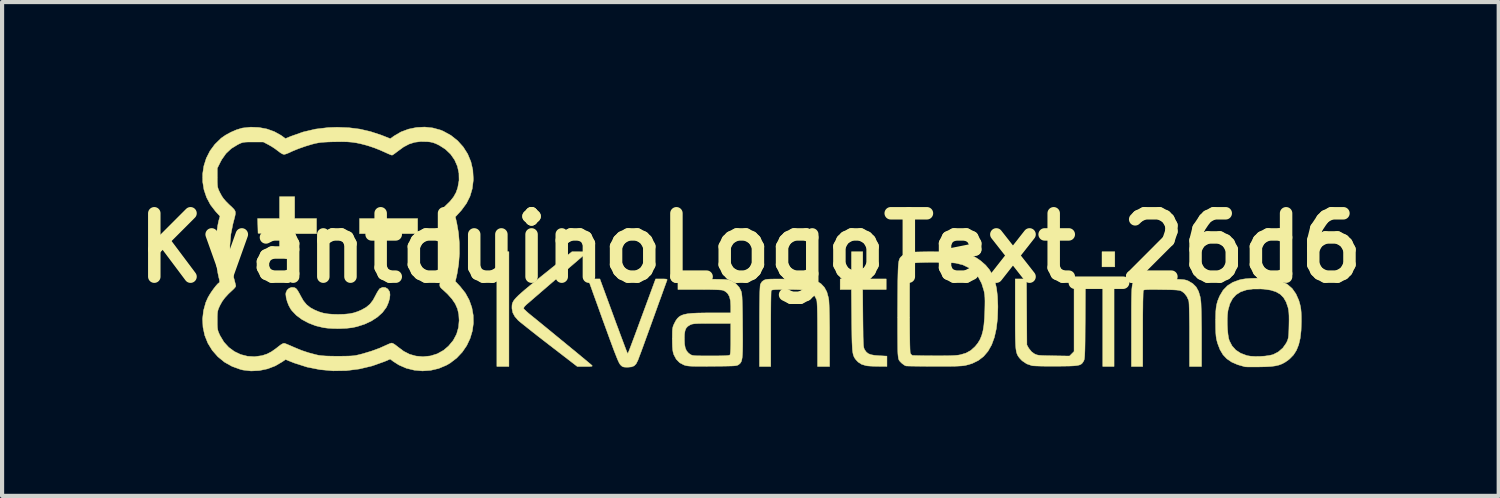
<source format=kicad_pcb>
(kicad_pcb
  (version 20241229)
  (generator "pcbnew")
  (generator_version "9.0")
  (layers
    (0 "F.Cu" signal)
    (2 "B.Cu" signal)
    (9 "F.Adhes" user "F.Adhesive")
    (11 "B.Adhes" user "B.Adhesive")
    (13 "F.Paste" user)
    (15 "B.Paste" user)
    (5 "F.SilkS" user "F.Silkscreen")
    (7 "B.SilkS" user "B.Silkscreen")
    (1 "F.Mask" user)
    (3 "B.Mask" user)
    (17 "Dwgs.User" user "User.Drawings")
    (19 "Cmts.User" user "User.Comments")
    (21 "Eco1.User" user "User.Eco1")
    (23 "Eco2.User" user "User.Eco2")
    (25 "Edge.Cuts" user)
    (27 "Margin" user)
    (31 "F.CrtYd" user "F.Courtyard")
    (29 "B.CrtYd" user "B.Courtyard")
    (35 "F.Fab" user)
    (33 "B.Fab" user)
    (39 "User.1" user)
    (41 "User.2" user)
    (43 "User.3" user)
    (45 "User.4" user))
  (footprint "KvantduinoLogoText_26d6"
    (layer "F.Cu")
    (at 14.993 2.913)
    (property "Reference" "KvantduinoLogoText_26d6" (at 0 0 0) (layer "F.SilkS") (effects (font (size 1.524 1.524) (thickness 0.3))))
    (attr through_hole)
    (fp_poly (pts (xy -8.001 -0.345) (xy -9.398 -0.345) (xy -9.398 -0.708) (xy -8.001 -0.708) (xy -8.001 -0.345)) (stroke (width 0.01) (type solid)) (fill yes) (layer "F.SilkS"))
    (fp_poly (pts (xy -5.806 2.848) (xy -6.096 2.848) (xy -6.096 0.091) (xy -5.806 0.091) (xy -5.806 2.848)) (stroke (width 0.01) (type solid)) (fill yes) (layer "F.SilkS"))
    (fp_poly (pts (xy 8.745 2.848) (xy 8.473 2.848) (xy 8.473 0.744) (xy 8.745 0.744) (xy 8.745 2.848)) (stroke (width 0.01) (type solid)) (fill yes) (layer "F.SilkS"))
    (fp_poly (pts (xy 8.763 0.454) (xy 8.455 0.454) (xy 8.455 0.091) (xy 8.763 0.091) (xy 8.763 0.454)) (stroke (width 0.01) (type solid)) (fill yes) (layer "F.SilkS"))
    (fp_poly (pts (xy -10.958 -0.708) (xy -10.432 -0.708) (xy -10.432 -0.345) (xy -10.958 -0.345) (xy -10.958 0.181) (xy -11.128 0.181) (xy -11.203 0.18) (xy -11.264 0.177) (xy -11.301 0.172) (xy -11.309 0.169) (xy -11.313 0.148) (xy -11.317 0.097) (xy -11.32 0.023) (xy -11.321 -0.065) (xy -11.321 -0.093) (xy -11.321 -0.344) (xy -11.58 -0.349) (xy -11.838 -0.354) (xy -11.843 -0.531) (xy -11.849 -0.708) (xy -11.321 -0.708) (xy -11.321 -1.234) (xy -10.958 -1.234) (xy -10.958 -0.708)) (stroke (width 0.01) (type solid)) (fill yes) (layer "F.SilkS"))
    (fp_poly (pts (xy 2.703 0.744) (xy 3.266 0.744) (xy 3.266 0.998) (xy 2.7 0.998) (xy 2.706 1.692) (xy 2.708 1.869) (xy 2.71 2.014) (xy 2.711 2.131) (xy 2.714 2.221) (xy 2.717 2.291) (xy 2.72 2.343) (xy 2.725 2.38) (xy 2.731 2.408) (xy 2.739 2.428) (xy 2.748 2.446) (xy 2.749 2.449) (xy 2.788 2.502) (xy 2.835 2.54) (xy 2.898 2.565) (xy 2.984 2.581) (xy 3.094 2.59) (xy 3.284 2.6) (xy 3.284 2.848) (xy 3.071 2.846) (xy 2.978 2.844) (xy 2.891 2.84) (xy 2.82 2.835) (xy 2.782 2.829) (xy 2.675 2.797) (xy 2.59 2.742) (xy 2.543 2.692) (xy 2.52 2.663) (xy 2.501 2.633) (xy 2.485 2.6) (xy 2.472 2.56) (xy 2.462 2.509) (xy 2.454 2.444) (xy 2.449 2.361) (xy 2.444 2.257) (xy 2.441 2.128) (xy 2.439 1.971) (xy 2.436 1.781) (xy 2.436 1.737) (xy 2.429 0.998) (xy 2.159 0.998) (xy 2.159 0.744) (xy 2.431 0.744) (xy 2.431 0.091) (xy 2.703 0.091) (xy 2.703 0.744)) (stroke (width 0.01) (type solid)) (fill yes) (layer "F.SilkS"))
    (fp_poly (pts (xy -8.774 0.951) (xy -8.718 0.986) (xy -8.677 1.048) (xy -8.672 1.061) (xy -8.665 1.128) (xy -8.675 1.215) (xy -8.702 1.31) (xy -8.742 1.404) (xy -8.757 1.432) (xy -8.847 1.552) (xy -8.968 1.661) (xy -9.114 1.756) (xy -9.28 1.833) (xy -9.462 1.891) (xy -9.579 1.916) (xy -9.713 1.931) (xy -9.866 1.938) (xy -10.024 1.937) (xy -10.173 1.927) (xy -10.269 1.914) (xy -10.452 1.87) (xy -10.624 1.804) (xy -10.781 1.72) (xy -10.916 1.62) (xy -11.023 1.508) (xy -11.054 1.466) (xy -11.1 1.382) (xy -11.137 1.288) (xy -11.162 1.194) (xy -11.171 1.112) (xy -11.168 1.077) (xy -11.14 1.013) (xy -11.091 0.968) (xy -11.029 0.946) (xy -10.964 0.952) (xy -10.929 0.97) (xy -10.904 0.997) (xy -10.87 1.049) (xy -10.833 1.115) (xy -10.816 1.149) (xy -10.747 1.27) (xy -10.671 1.362) (xy -10.58 1.435) (xy -10.48 1.489) (xy -10.373 1.534) (xy -10.271 1.565) (xy -10.164 1.584) (xy -10.039 1.594) (xy -9.915 1.597) (xy -9.769 1.593) (xy -9.648 1.582) (xy -9.542 1.561) (xy -9.44 1.528) (xy -9.35 1.489) (xy -9.236 1.425) (xy -9.146 1.349) (xy -9.072 1.252) (xy -9.018 1.151) (xy -8.981 1.081) (xy -8.945 1.021) (xy -8.915 0.981) (xy -8.905 0.972) (xy -8.839 0.945) (xy -8.774 0.951)) (stroke (width 0.01) (type solid)) (fill yes) (layer "F.SilkS"))
    (fp_poly (pts (xy 6.644 1.538) (xy 6.649 2.331) (xy 6.695 2.413) (xy 6.763 2.497) (xy 6.822 2.54) (xy 6.85 2.555) (xy 6.878 2.566) (xy 6.911 2.575) (xy 6.953 2.581) (xy 7.012 2.585) (xy 7.092 2.588) (xy 7.199 2.59) (xy 7.288 2.592) (xy 7.674 2.598) (xy 7.783 2.488) (xy 7.783 0.744) (xy 8.057 0.744) (xy 8.052 1.701) (xy 8.05 1.913) (xy 8.049 2.092) (xy 8.048 2.241) (xy 8.046 2.363) (xy 8.044 2.461) (xy 8.041 2.537) (xy 8.038 2.596) (xy 8.034 2.639) (xy 8.03 2.671) (xy 8.024 2.694) (xy 8.017 2.711) (xy 8.014 2.717) (xy 7.994 2.75) (xy 7.973 2.777) (xy 7.946 2.798) (xy 7.908 2.814) (xy 7.857 2.825) (xy 7.788 2.833) (xy 7.696 2.838) (xy 7.578 2.84) (xy 7.43 2.842) (xy 7.357 2.842) (xy 7.221 2.843) (xy 7.093 2.842) (xy 6.978 2.84) (xy 6.884 2.837) (xy 6.814 2.834) (xy 6.775 2.83) (xy 6.774 2.83) (xy 6.645 2.786) (xy 6.535 2.712) (xy 6.488 2.664) (xy 6.461 2.632) (xy 6.439 2.601) (xy 6.421 2.569) (xy 6.406 2.53) (xy 6.394 2.483) (xy 6.385 2.424) (xy 6.378 2.349) (xy 6.374 2.256) (xy 6.371 2.14) (xy 6.369 1.998) (xy 6.368 1.828) (xy 6.368 1.626) (xy 6.368 1.575) (xy 6.368 0.744) (xy 6.639 0.744) (xy 6.644 1.538)) (stroke (width 0.01) (type solid)) (fill yes) (layer "F.SilkS"))
    (fp_poly (pts (xy -4.025 0.092) (xy -3.967 0.096) (xy -3.934 0.101) (xy -3.929 0.106) (xy -3.946 0.121) (xy -3.987 0.157) (xy -4.051 0.211) (xy -4.134 0.283) (xy -4.234 0.369) (xy -4.348 0.467) (xy -4.473 0.575) (xy -4.607 0.691) (xy -4.636 0.715) (xy -4.773 0.833) (xy -4.904 0.946) (xy -5.026 1.051) (xy -5.136 1.146) (xy -5.23 1.227) (xy -5.306 1.293) (xy -5.361 1.34) (xy -5.391 1.366) (xy -5.393 1.368) (xy -5.439 1.416) (xy -5.452 1.451) (xy -5.451 1.457) (xy -5.433 1.479) (xy -5.392 1.518) (xy -5.335 1.569) (xy -5.267 1.625) (xy -5.264 1.627) (xy -5.2 1.679) (xy -5.117 1.746) (xy -5.018 1.827) (xy -4.908 1.917) (xy -4.788 2.015) (xy -4.663 2.118) (xy -4.535 2.223) (xy -4.408 2.327) (xy -4.285 2.428) (xy -4.17 2.522) (xy -4.066 2.609) (xy -3.976 2.683) (xy -3.903 2.744) (xy -3.851 2.787) (xy -3.823 2.812) (xy -3.82 2.814) (xy -3.805 2.829) (xy -3.803 2.839) (xy -3.819 2.845) (xy -3.859 2.848) (xy -3.926 2.848) (xy -3.974 2.848) (xy -4.164 2.848) (xy -4.835 2.331) (xy -4.975 2.223) (xy -5.108 2.12) (xy -5.231 2.023) (xy -5.341 1.936) (xy -5.435 1.861) (xy -5.51 1.801) (xy -5.562 1.758) (xy -5.585 1.738) (xy -5.664 1.647) (xy -5.712 1.558) (xy -5.732 1.461) (xy -5.733 1.428) (xy -5.732 1.389) (xy -5.728 1.352) (xy -5.717 1.317) (xy -5.699 1.28) (xy -5.67 1.239) (xy -5.629 1.193) (xy -5.574 1.138) (xy -5.501 1.073) (xy -5.41 0.994) (xy -5.297 0.901) (xy -5.161 0.79) (xy -4.999 0.659) (xy -4.96 0.628) (xy -4.292 0.091) (xy -4.102 0.091) (xy -4.025 0.092)) (stroke (width 0.01) (type solid)) (fill yes) (layer "F.SilkS"))
    (fp_poly (pts (xy 0.708 0.746) (xy 0.847 0.747) (xy 0.943 0.748) (xy 1.1 0.749) (xy 1.225 0.751) (xy 1.323 0.753) (xy 1.398 0.756) (xy 1.454 0.76) (xy 1.496 0.765) (xy 1.529 0.772) (xy 1.557 0.781) (xy 1.584 0.793) (xy 1.59 0.795) (xy 1.697 0.859) (xy 1.779 0.946) (xy 1.839 1.056) (xy 1.877 1.195) (xy 1.887 1.255) (xy 1.89 1.303) (xy 1.894 1.382) (xy 1.897 1.488) (xy 1.9 1.615) (xy 1.902 1.76) (xy 1.904 1.917) (xy 1.904 2.081) (xy 1.904 2.118) (xy 1.905 2.848) (xy 1.615 2.848) (xy 1.615 2.084) (xy 1.614 1.872) (xy 1.613 1.694) (xy 1.611 1.549) (xy 1.608 1.433) (xy 1.604 1.346) (xy 1.6 1.286) (xy 1.594 1.249) (xy 1.593 1.246) (xy 1.554 1.166) (xy 1.493 1.093) (xy 1.42 1.039) (xy 1.37 1.018) (xy 1.327 1.011) (xy 1.253 1.006) (xy 1.154 1.002) (xy 1.035 0.999) (xy 0.905 0.998) (xy 0.774 0.998) (xy 0.675 0.999) (xy 0.603 1.001) (xy 0.554 1.005) (xy 0.524 1.01) (xy 0.507 1.018) (xy 0.501 1.027) (xy 0.499 1.05) (xy 0.497 1.106) (xy 0.495 1.191) (xy 0.493 1.302) (xy 0.492 1.434) (xy 0.491 1.585) (xy 0.49 1.75) (xy 0.49 1.927) (xy 0.49 1.952) (xy 0.49 2.848) (xy 0.218 2.848) (xy 0.219 1.891) (xy 0.219 1.657) (xy 0.22 1.457) (xy 0.222 1.289) (xy 0.224 1.152) (xy 0.227 1.044) (xy 0.231 0.963) (xy 0.235 0.907) (xy 0.24 0.875) (xy 0.241 0.871) (xy 0.281 0.807) (xy 0.327 0.775) (xy 0.347 0.766) (xy 0.372 0.758) (xy 0.406 0.753) (xy 0.452 0.749) (xy 0.515 0.747) (xy 0.599 0.746) (xy 0.708 0.746)) (stroke (width 0.01) (type solid)) (fill yes) (layer "F.SilkS"))
    (fp_poly (pts (xy -2.064 0.745) (xy -2.022 0.748) (xy -2.004 0.755) (xy -2.002 0.769) (xy -2.004 0.776) (xy -2.013 0.798) (xy -2.032 0.852) (xy -2.062 0.933) (xy -2.1 1.039) (xy -2.145 1.165) (xy -2.198 1.309) (xy -2.255 1.468) (xy -2.316 1.638) (xy -2.344 1.715) (xy -2.407 1.89) (xy -2.468 2.058) (xy -2.525 2.215) (xy -2.576 2.356) (xy -2.621 2.479) (xy -2.659 2.579) (xy -2.687 2.654) (xy -2.704 2.7) (xy -2.708 2.708) (xy -2.748 2.786) (xy -2.796 2.834) (xy -2.859 2.859) (xy -2.948 2.867) (xy -2.953 2.867) (xy -3.019 2.865) (xy -3.061 2.858) (xy -3.092 2.84) (xy -3.125 2.809) (xy -3.126 2.808) (xy -3.14 2.788) (xy -3.158 2.757) (xy -3.18 2.711) (xy -3.207 2.647) (xy -3.24 2.564) (xy -3.281 2.46) (xy -3.329 2.33) (xy -3.387 2.174) (xy -3.454 1.989) (xy -3.533 1.773) (xy -3.541 1.751) (xy -3.606 1.57) (xy -3.667 1.399) (xy -3.724 1.242) (xy -3.775 1.101) (xy -3.818 0.979) (xy -3.854 0.88) (xy -3.88 0.807) (xy -3.896 0.762) (xy -3.901 0.748) (xy -3.884 0.746) (xy -3.84 0.745) (xy -3.777 0.744) (xy -3.76 0.744) (xy -3.619 0.744) (xy -3.294 1.629) (xy -3.232 1.799) (xy -3.172 1.959) (xy -3.118 2.106) (xy -3.069 2.236) (xy -3.028 2.346) (xy -2.995 2.433) (xy -2.971 2.494) (xy -2.958 2.524) (xy -2.957 2.528) (xy -2.954 2.532) (xy -2.951 2.534) (xy -2.947 2.533) (xy -2.942 2.524) (xy -2.933 2.507) (xy -2.921 2.478) (xy -2.904 2.435) (xy -2.881 2.375) (xy -2.851 2.295) (xy -2.813 2.194) (xy -2.766 2.068) (xy -2.71 1.916) (xy -2.643 1.733) (xy -2.584 1.574) (xy -2.278 0.744) (xy -2.135 0.744) (xy -2.064 0.745)) (stroke (width 0.01) (type solid)) (fill yes) (layer "F.SilkS"))
    (fp_poly (pts (xy 9.77 0.746) (xy 9.895 0.747) (xy 10.051 0.749) (xy 10.175 0.751) (xy 10.272 0.753) (xy 10.346 0.756) (xy 10.401 0.76) (xy 10.443 0.766) (xy 10.476 0.773) (xy 10.504 0.782) (xy 10.531 0.794) (xy 10.534 0.795) (xy 10.638 0.857) (xy 10.719 0.938) (xy 10.777 1.044) (xy 10.816 1.176) (xy 10.832 1.284) (xy 10.836 1.339) (xy 10.839 1.424) (xy 10.843 1.535) (xy 10.845 1.668) (xy 10.847 1.815) (xy 10.849 1.974) (xy 10.849 2.137) (xy 10.849 2.145) (xy 10.849 2.848) (xy 10.559 2.848) (xy 10.559 2.091) (xy 10.559 1.904) (xy 10.557 1.736) (xy 10.555 1.588) (xy 10.552 1.464) (xy 10.549 1.367) (xy 10.545 1.301) (xy 10.541 1.268) (xy 10.498 1.17) (xy 10.434 1.087) (xy 10.378 1.044) (xy 10.355 1.032) (xy 10.329 1.023) (xy 10.294 1.016) (xy 10.247 1.011) (xy 10.181 1.007) (xy 10.092 1.004) (xy 9.975 1.002) (xy 9.89 1.001) (xy 9.749 0.999) (xy 9.641 0.999) (xy 9.561 1) (xy 9.506 1.003) (xy 9.472 1.008) (xy 9.454 1.015) (xy 9.45 1.019) (xy 9.447 1.041) (xy 9.444 1.097) (xy 9.442 1.181) (xy 9.439 1.291) (xy 9.438 1.423) (xy 9.436 1.573) (xy 9.435 1.738) (xy 9.435 1.915) (xy 9.435 1.946) (xy 9.434 2.848) (xy 9.162 2.848) (xy 9.162 1.886) (xy 9.162 1.663) (xy 9.162 1.473) (xy 9.163 1.314) (xy 9.165 1.182) (xy 9.168 1.076) (xy 9.172 0.991) (xy 9.179 0.925) (xy 9.187 0.876) (xy 9.198 0.84) (xy 9.211 0.815) (xy 9.228 0.797) (xy 9.247 0.785) (xy 9.271 0.774) (xy 9.282 0.769) (xy 9.307 0.761) (xy 9.339 0.755) (xy 9.384 0.75) (xy 9.445 0.747) (xy 9.527 0.745) (xy 9.634 0.745) (xy 9.77 0.746)) (stroke (width 0.01) (type solid)) (fill yes) (layer "F.SilkS"))
    (fp_poly (pts (xy 12.298 0.727) (xy 12.428 0.731) (xy 12.541 0.741) (xy 12.614 0.752) (xy 12.777 0.802) (xy 12.915 0.876) (xy 13.028 0.975) (xy 13.118 1.103) (xy 13.187 1.258) (xy 13.21 1.336) (xy 13.226 1.402) (xy 13.237 1.469) (xy 13.244 1.545) (xy 13.248 1.639) (xy 13.249 1.759) (xy 13.249 1.769) (xy 13.242 1.985) (xy 13.221 2.17) (xy 13.184 2.327) (xy 13.13 2.461) (xy 13.059 2.572) (xy 12.968 2.665) (xy 12.939 2.689) (xy 12.863 2.743) (xy 12.789 2.784) (xy 12.711 2.814) (xy 12.621 2.835) (xy 12.514 2.849) (xy 12.382 2.856) (xy 12.255 2.859) (xy 12.148 2.86) (xy 12.051 2.86) (xy 11.972 2.86) (xy 11.916 2.858) (xy 11.893 2.856) (xy 11.718 2.806) (xy 11.574 2.744) (xy 11.458 2.665) (xy 11.365 2.567) (xy 11.293 2.446) (xy 11.236 2.298) (xy 11.22 2.241) (xy 11.206 2.183) (xy 11.197 2.119) (xy 11.191 2.042) (xy 11.187 1.946) (xy 11.186 1.822) (xy 11.185 1.787) (xy 11.186 1.721) (xy 11.467 1.721) (xy 11.468 1.844) (xy 11.474 1.965) (xy 11.485 2.078) (xy 11.5 2.171) (xy 11.517 2.228) (xy 11.582 2.354) (xy 11.672 2.454) (xy 11.788 2.53) (xy 11.931 2.584) (xy 11.947 2.589) (xy 12.031 2.602) (xy 12.137 2.608) (xy 12.254 2.607) (xy 12.372 2.599) (xy 12.478 2.584) (xy 12.562 2.565) (xy 12.576 2.56) (xy 12.699 2.495) (xy 12.804 2.403) (xy 12.883 2.291) (xy 12.893 2.272) (xy 12.912 2.232) (xy 12.925 2.195) (xy 12.935 2.156) (xy 12.941 2.105) (xy 12.946 2.038) (xy 12.949 1.946) (xy 12.951 1.858) (xy 12.953 1.73) (xy 12.952 1.631) (xy 12.948 1.554) (xy 12.94 1.491) (xy 12.929 1.436) (xy 12.928 1.432) (xy 12.883 1.3) (xy 12.822 1.194) (xy 12.741 1.112) (xy 12.637 1.052) (xy 12.507 1.012) (xy 12.349 0.989) (xy 12.274 0.985) (xy 12.084 0.986) (xy 11.923 1.009) (xy 11.788 1.055) (xy 11.679 1.124) (xy 11.594 1.218) (xy 11.531 1.337) (xy 11.489 1.483) (xy 11.483 1.513) (xy 11.472 1.608) (xy 11.467 1.721) (xy 11.186 1.721) (xy 11.187 1.641) (xy 11.191 1.524) (xy 11.2 1.429) (xy 11.215 1.347) (xy 11.236 1.272) (xy 11.266 1.197) (xy 11.287 1.149) (xy 11.367 1.015) (xy 11.47 0.908) (xy 11.597 0.827) (xy 11.75 0.77) (xy 11.816 0.754) (xy 11.91 0.74) (xy 12.029 0.731) (xy 12.162 0.727) (xy 12.298 0.727)) (stroke (width 0.01) (type solid)) (fill yes) (layer "F.SilkS"))
    (fp_poly (pts (xy -1.138 0.747) (xy -0.974 0.749) (xy -0.841 0.751) (xy -0.736 0.753) (xy -0.655 0.755) (xy -0.594 0.759) (xy -0.548 0.764) (xy -0.513 0.77) (xy -0.486 0.777) (xy -0.462 0.787) (xy -0.454 0.791) (xy -0.349 0.858) (xy -0.268 0.947) (xy -0.225 1.032) (xy -0.217 1.057) (xy -0.21 1.088) (xy -0.205 1.129) (xy -0.2 1.183) (xy -0.197 1.253) (xy -0.194 1.344) (xy -0.191 1.459) (xy -0.189 1.602) (xy -0.187 1.776) (xy -0.187 1.86) (xy -0.185 2.06) (xy -0.184 2.228) (xy -0.185 2.366) (xy -0.187 2.478) (xy -0.191 2.566) (xy -0.197 2.635) (xy -0.206 2.687) (xy -0.217 2.726) (xy -0.232 2.755) (xy -0.251 2.778) (xy -0.273 2.797) (xy -0.278 2.801) (xy -0.294 2.812) (xy -0.312 2.82) (xy -0.336 2.827) (xy -0.371 2.832) (xy -0.42 2.836) (xy -0.488 2.838) (xy -0.578 2.84) (xy -0.695 2.842) (xy -0.842 2.843) (xy -0.913 2.844) (xy -1.076 2.845) (xy -1.207 2.845) (xy -1.311 2.845) (xy -1.391 2.843) (xy -1.453 2.84) (xy -1.501 2.836) (xy -1.538 2.83) (xy -1.569 2.822) (xy -1.597 2.813) (xy -1.7 2.759) (xy -1.781 2.677) (xy -1.84 2.567) (xy -1.845 2.551) (xy -1.859 2.504) (xy -1.868 2.447) (xy -1.874 2.376) (xy -1.877 2.281) (xy -1.878 2.186) (xy -1.878 2.186) (xy -1.587 2.186) (xy -1.587 2.186) (xy -1.582 2.308) (xy -1.566 2.401) (xy -1.535 2.472) (xy -1.488 2.527) (xy -1.453 2.553) (xy -1.433 2.566) (xy -1.411 2.576) (xy -1.384 2.583) (xy -1.346 2.588) (xy -1.292 2.592) (xy -1.218 2.593) (xy -1.118 2.594) (xy -0.988 2.594) (xy -0.953 2.594) (xy -0.801 2.594) (xy -0.683 2.592) (xy -0.595 2.589) (xy -0.536 2.584) (xy -0.502 2.577) (xy -0.493 2.573) (xy -0.485 2.551) (xy -0.479 2.504) (xy -0.475 2.428) (xy -0.472 2.321) (xy -0.472 2.183) (xy -0.472 1.814) (xy -0.926 1.814) (xy -1.068 1.814) (xy -1.178 1.815) (xy -1.262 1.817) (xy -1.324 1.82) (xy -1.369 1.825) (xy -1.403 1.831) (xy -1.429 1.84) (xy -1.452 1.851) (xy -1.508 1.886) (xy -1.547 1.931) (xy -1.571 1.991) (xy -1.584 2.074) (xy -1.587 2.186) (xy -1.878 2.186) (xy -1.877 2.08) (xy -1.876 2.003) (xy -1.872 1.947) (xy -1.864 1.904) (xy -1.853 1.867) (xy -1.835 1.828) (xy -1.826 1.81) (xy -1.793 1.747) (xy -1.756 1.695) (xy -1.713 1.654) (xy -1.66 1.622) (xy -1.593 1.598) (xy -1.507 1.581) (xy -1.4 1.57) (xy -1.267 1.564) (xy -1.104 1.561) (xy -0.967 1.56) (xy -0.472 1.56) (xy -0.472 1.399) (xy -0.479 1.27) (xy -0.503 1.169) (xy -0.546 1.094) (xy -0.608 1.041) (xy -0.659 1.017) (xy -0.694 1.011) (xy -0.763 1.006) (xy -0.862 1.002) (xy -0.99 0.999) (xy -1.143 0.998) (xy -1.226 0.998) (xy -1.742 0.998) (xy -1.742 0.742) (xy -1.138 0.747)) (stroke (width 0.01) (type solid)) (fill yes) (layer "F.SilkS"))
    (fp_poly (pts (xy 4.618 0.092) (xy 4.791 0.095) (xy 4.935 0.102) (xy 5.057 0.113) (xy 5.16 0.129) (xy 5.249 0.152) (xy 5.328 0.181) (xy 5.401 0.217) (xy 5.473 0.263) (xy 5.543 0.313) (xy 5.657 0.413) (xy 5.75 0.525) (xy 5.824 0.653) (xy 5.88 0.8) (xy 5.919 0.969) (xy 5.942 1.165) (xy 5.951 1.391) (xy 5.951 1.431) (xy 5.942 1.7) (xy 5.914 1.939) (xy 5.867 2.149) (xy 5.801 2.329) (xy 5.715 2.481) (xy 5.609 2.606) (xy 5.482 2.704) (xy 5.333 2.777) (xy 5.18 2.821) (xy 5.135 2.829) (xy 5.08 2.835) (xy 5.009 2.839) (xy 4.919 2.843) (xy 4.806 2.845) (xy 4.667 2.846) (xy 4.496 2.846) (xy 4.418 2.846) (xy 4.268 2.845) (xy 4.128 2.844) (xy 4.003 2.842) (xy 3.898 2.841) (xy 3.815 2.839) (xy 3.761 2.837) (xy 3.741 2.836) (xy 3.705 2.819) (xy 3.657 2.785) (xy 3.63 2.761) (xy 3.596 2.726) (xy 3.574 2.696) (xy 3.561 2.659) (xy 3.553 2.605) (xy 3.547 2.54) (xy 3.545 2.493) (xy 3.543 2.413) (xy 3.542 2.305) (xy 3.541 2.173) (xy 3.54 2.02) (xy 3.54 1.85) (xy 3.54 1.668) (xy 3.54 1.477) (xy 3.54 1.464) (xy 3.829 1.464) (xy 3.829 1.672) (xy 3.83 1.865) (xy 3.831 2.038) (xy 3.833 2.19) (xy 3.835 2.317) (xy 3.838 2.417) (xy 3.841 2.487) (xy 3.844 2.524) (xy 3.845 2.528) (xy 3.87 2.565) (xy 3.895 2.582) (xy 3.921 2.584) (xy 3.979 2.586) (xy 4.063 2.588) (xy 4.167 2.59) (xy 4.288 2.591) (xy 4.42 2.592) (xy 4.427 2.592) (xy 4.597 2.592) (xy 4.735 2.591) (xy 4.845 2.588) (xy 4.931 2.583) (xy 4.999 2.576) (xy 5.05 2.567) (xy 5.185 2.527) (xy 5.299 2.464) (xy 5.4 2.373) (xy 5.402 2.371) (xy 5.468 2.29) (xy 5.521 2.203) (xy 5.562 2.105) (xy 5.593 1.991) (xy 5.615 1.855) (xy 5.629 1.693) (xy 5.637 1.513) (xy 5.64 1.381) (xy 5.641 1.278) (xy 5.639 1.197) (xy 5.634 1.13) (xy 5.625 1.072) (xy 5.616 1.028) (xy 5.562 0.853) (xy 5.482 0.702) (xy 5.378 0.575) (xy 5.253 0.475) (xy 5.108 0.405) (xy 4.945 0.365) (xy 4.935 0.363) (xy 4.867 0.357) (xy 4.776 0.352) (xy 4.668 0.348) (xy 4.55 0.346) (xy 4.426 0.345) (xy 4.303 0.345) (xy 4.188 0.347) (xy 4.085 0.35) (xy 4.001 0.354) (xy 3.941 0.36) (xy 3.913 0.366) (xy 3.895 0.375) (xy 3.881 0.385) (xy 3.868 0.399) (xy 3.858 0.419) (xy 3.849 0.448) (xy 3.843 0.489) (xy 3.838 0.545) (xy 3.834 0.618) (xy 3.832 0.712) (xy 3.83 0.83) (xy 3.829 0.974) (xy 3.829 1.147) (xy 3.829 1.353) (xy 3.829 1.464) (xy 3.54 1.464) (xy 3.541 1.37) (xy 3.542 1.143) (xy 3.544 0.95) (xy 3.545 0.788) (xy 3.548 0.653) (xy 3.551 0.542) (xy 3.555 0.453) (xy 3.561 0.383) (xy 3.568 0.329) (xy 3.578 0.288) (xy 3.59 0.256) (xy 3.605 0.232) (xy 3.623 0.212) (xy 3.644 0.193) (xy 3.663 0.177) (xy 3.719 0.139) (xy 3.781 0.112) (xy 3.788 0.11) (xy 3.825 0.104) (xy 3.895 0.1) (xy 3.992 0.096) (xy 4.114 0.093) (xy 4.255 0.091) (xy 4.412 0.091) (xy 4.414 0.091) (xy 4.618 0.092)) (stroke (width 0.01) (type solid)) (fill yes) (layer "F.SilkS"))
    (fp_poly (pts (xy -7.636 -2.887) (xy -7.45 -2.836) (xy -7.387 -2.81) (xy -7.201 -2.708) (xy -7.04 -2.58) (xy -6.905 -2.43) (xy -6.797 -2.26) (xy -6.72 -2.074) (xy -6.674 -1.874) (xy -6.662 -1.663) (xy -6.663 -1.626) (xy -6.688 -1.425) (xy -6.742 -1.242) (xy -6.828 -1.071) (xy -6.947 -0.909) (xy -6.99 -0.861) (xy -7.094 -0.748) (xy -7.059 -0.596) (xy -7.019 -0.368) (xy -6.998 -0.121) (xy -6.996 0.133) (xy -7.014 0.382) (xy -7.051 0.613) (xy -7.059 0.651) (xy -7.094 0.803) (xy -6.981 0.923) (xy -6.855 1.081) (xy -6.761 1.252) (xy -6.697 1.433) (xy -6.664 1.619) (xy -6.66 1.807) (xy -6.685 1.993) (xy -6.739 2.174) (xy -6.82 2.346) (xy -6.928 2.504) (xy -7.062 2.646) (xy -7.221 2.768) (xy -7.312 2.82) (xy -7.495 2.897) (xy -7.688 2.942) (xy -7.885 2.956) (xy -8.082 2.938) (xy -8.273 2.891) (xy -8.452 2.813) (xy -8.59 2.725) (xy -8.661 2.671) (xy -8.798 2.73) (xy -9.096 2.836) (xy -9.403 2.909) (xy -9.716 2.949) (xy -10.033 2.954) (xy -10.348 2.925) (xy -10.66 2.863) (xy -10.964 2.766) (xy -11.018 2.745) (xy -11.178 2.681) (xy -11.254 2.735) (xy -11.425 2.835) (xy -11.611 2.906) (xy -11.807 2.947) (xy -12.006 2.957) (xy -12.202 2.934) (xy -12.262 2.919) (xy -12.462 2.847) (xy -12.643 2.746) (xy -12.803 2.616) (xy -12.94 2.46) (xy -13.046 2.287) (xy -13.12 2.101) (xy -13.162 1.905) (xy -13.172 1.704) (xy -13.149 1.504) (xy -13.095 1.31) (xy -13.045 1.197) (xy -13.007 1.13) (xy -12.959 1.055) (xy -12.906 0.981) (xy -12.854 0.914) (xy -12.81 0.864) (xy -12.779 0.838) (xy -12.765 0.825) (xy -12.762 0.803) (xy -12.768 0.763) (xy -12.782 0.708) (xy -12.803 0.609) (xy -12.823 0.487) (xy -12.84 0.352) (xy -12.854 0.217) (xy -12.862 0.093) (xy -12.863 0.027) (xy -12.86 -0.069) (xy -12.852 -0.184) (xy -12.839 -0.308) (xy -12.824 -0.431) (xy -12.807 -0.542) (xy -12.789 -0.633) (xy -12.78 -0.668) (xy -12.753 -0.764) (xy -12.86 -0.881) (xy -12.984 -1.042) (xy -13.076 -1.216) (xy -13.138 -1.4) (xy -13.169 -1.591) (xy -13.17 -1.783) (xy -13.15 -1.917) (xy -12.818 -1.917) (xy -12.818 -1.688) (xy -12.818 -1.592) (xy -12.815 -1.524) (xy -12.81 -1.473) (xy -12.799 -1.43) (xy -12.781 -1.385) (xy -12.754 -1.329) (xy -12.75 -1.322) (xy -12.71 -1.248) (xy -12.665 -1.183) (xy -12.607 -1.117) (xy -12.529 -1.039) (xy -12.526 -1.037) (xy -12.467 -0.982) (xy -12.425 -0.94) (xy -12.397 -0.904) (xy -12.384 -0.868) (xy -12.383 -0.823) (xy -12.394 -0.764) (xy -12.415 -0.683) (xy -12.442 -0.579) (xy -12.492 -0.331) (xy -12.515 -0.067) (xy -12.51 0.202) (xy -12.479 0.468) (xy -12.427 0.698) (xy -12.405 0.778) (xy -12.388 0.847) (xy -12.376 0.896) (xy -12.373 0.915) (xy -12.386 0.941) (xy -12.418 0.979) (xy -12.441 1.001) (xy -12.552 1.105) (xy -12.637 1.198) (xy -12.703 1.288) (xy -12.753 1.379) (xy -12.78 1.437) (xy -12.798 1.483) (xy -12.809 1.527) (xy -12.815 1.579) (xy -12.818 1.647) (xy -12.818 1.742) (xy -12.818 1.837) (xy -12.815 1.905) (xy -12.809 1.957) (xy -12.798 2.001) (xy -12.779 2.048) (xy -12.752 2.107) (xy -12.75 2.11) (xy -12.659 2.262) (xy -12.543 2.389) (xy -12.407 2.489) (xy -12.256 2.561) (xy -12.092 2.603) (xy -11.921 2.613) (xy -11.746 2.589) (xy -11.729 2.584) (xy -11.62 2.548) (xy -11.516 2.494) (xy -11.405 2.416) (xy -11.35 2.372) (xy -11.281 2.32) (xy -11.233 2.295) (xy -11.204 2.292) (xy -11.174 2.302) (xy -11.118 2.325) (xy -11.045 2.356) (xy -10.967 2.39) (xy -10.797 2.461) (xy -10.629 2.517) (xy -10.445 2.566) (xy -10.387 2.579) (xy -10.314 2.589) (xy -10.205 2.597) (xy -10.062 2.601) (xy -9.906 2.602) (xy -9.779 2.601) (xy -9.68 2.599) (xy -9.603 2.596) (xy -9.539 2.591) (xy -9.482 2.582) (xy -9.423 2.569) (xy -9.356 2.552) (xy -9.325 2.544) (xy -9.112 2.48) (xy -8.915 2.408) (xy -8.744 2.331) (xy -8.688 2.306) (xy -8.64 2.289) (xy -8.62 2.286) (xy -8.59 2.297) (xy -8.542 2.327) (xy -8.487 2.369) (xy -8.479 2.376) (xy -8.336 2.483) (xy -8.193 2.556) (xy -8.042 2.598) (xy -7.877 2.613) (xy -7.868 2.613) (xy -7.692 2.595) (xy -7.528 2.544) (xy -7.376 2.459) (xy -7.258 2.358) (xy -7.144 2.221) (xy -7.064 2.07) (xy -7.017 1.904) (xy -7.003 1.742) (xy -7.012 1.596) (xy -7.042 1.464) (xy -7.096 1.342) (xy -7.176 1.224) (xy -7.285 1.103) (xy -7.383 1.012) (xy -7.422 0.978) (xy -7.449 0.95) (xy -7.465 0.922) (xy -7.469 0.888) (xy -7.464 0.84) (xy -7.448 0.773) (xy -7.423 0.679) (xy -7.412 0.637) (xy -7.354 0.349) (xy -7.331 0.059) (xy -7.344 -0.233) (xy -7.393 -0.523) (xy -7.429 -0.658) (xy -7.449 -0.732) (xy -7.465 -0.797) (xy -7.474 -0.84) (xy -7.475 -0.85) (xy -7.462 -0.876) (xy -7.427 -0.919) (xy -7.374 -0.973) (xy -7.332 -1.013) (xy -7.22 -1.123) (xy -7.137 -1.227) (xy -7.077 -1.334) (xy -7.037 -1.448) (xy -7.005 -1.625) (xy -7.008 -1.798) (xy -7.044 -1.964) (xy -7.111 -2.117) (xy -7.208 -2.256) (xy -7.333 -2.375) (xy -7.478 -2.468) (xy -7.562 -2.509) (xy -7.63 -2.534) (xy -7.698 -2.549) (xy -7.763 -2.556) (xy -7.927 -2.56) (xy -8.072 -2.542) (xy -8.207 -2.499) (xy -8.339 -2.429) (xy -8.476 -2.329) (xy -8.534 -2.285) (xy -8.581 -2.251) (xy -8.612 -2.233) (xy -8.617 -2.232) (xy -8.642 -2.239) (xy -8.689 -2.258) (xy -8.749 -2.284) (xy -8.749 -2.285) (xy -8.902 -2.353) (xy -9.038 -2.407) (xy -9.171 -2.452) (xy -9.245 -2.474) (xy -9.364 -2.505) (xy -9.472 -2.528) (xy -9.58 -2.544) (xy -9.695 -2.553) (xy -9.826 -2.556) (xy -9.983 -2.554) (xy -10.014 -2.554) (xy -10.141 -2.55) (xy -10.241 -2.545) (xy -10.321 -2.539) (xy -10.39 -2.529) (xy -10.456 -2.516) (xy -10.528 -2.498) (xy -10.532 -2.497) (xy -10.698 -2.447) (xy -10.866 -2.388) (xy -11.02 -2.325) (xy -11.089 -2.292) (xy -11.147 -2.268) (xy -11.197 -2.252) (xy -11.216 -2.25) (xy -11.251 -2.261) (xy -11.301 -2.29) (xy -11.356 -2.332) (xy -11.358 -2.333) (xy -11.427 -2.385) (xy -11.51 -2.44) (xy -11.584 -2.482) (xy -11.711 -2.549) (xy -11.956 -2.549) (xy -12.055 -2.549) (xy -12.126 -2.547) (xy -12.179 -2.542) (xy -12.221 -2.533) (xy -12.261 -2.518) (xy -12.309 -2.495) (xy -12.327 -2.486) (xy -12.482 -2.391) (xy -12.608 -2.273) (xy -12.71 -2.129) (xy -12.741 -2.072) (xy -12.818 -1.917) (xy -13.15 -1.917) (xy -13.141 -1.973) (xy -13.083 -2.158) (xy -12.995 -2.332) (xy -12.878 -2.491) (xy -12.733 -2.633) (xy -12.723 -2.642) (xy -12.616 -2.716) (xy -12.49 -2.784) (xy -12.359 -2.841) (xy -12.236 -2.879) (xy -12.21 -2.885) (xy -12.014 -2.906) (xy -11.817 -2.898) (xy -11.626 -2.862) (xy -11.447 -2.798) (xy -11.287 -2.709) (xy -11.264 -2.693) (xy -11.18 -2.631) (xy -11.049 -2.685) (xy -10.755 -2.789) (xy -10.456 -2.859) (xy -10.148 -2.896) (xy -9.933 -2.903) (xy -9.653 -2.892) (xy -9.392 -2.859) (xy -9.137 -2.8) (xy -8.878 -2.715) (xy -8.806 -2.687) (xy -8.658 -2.628) (xy -8.568 -2.693) (xy -8.403 -2.79) (xy -8.221 -2.858) (xy -8.028 -2.898) (xy -7.831 -2.908) (xy -7.636 -2.887)) (stroke (width 0.01) (type solid)) (fill yes) (layer "F.SilkS")))
  (gr_rect
    (start -3 -3)
    (end 32.987 8.874)
    (stroke (width 0.1) (type default))
    (fill no)
    (layer "Edge.Cuts")))
</source>
